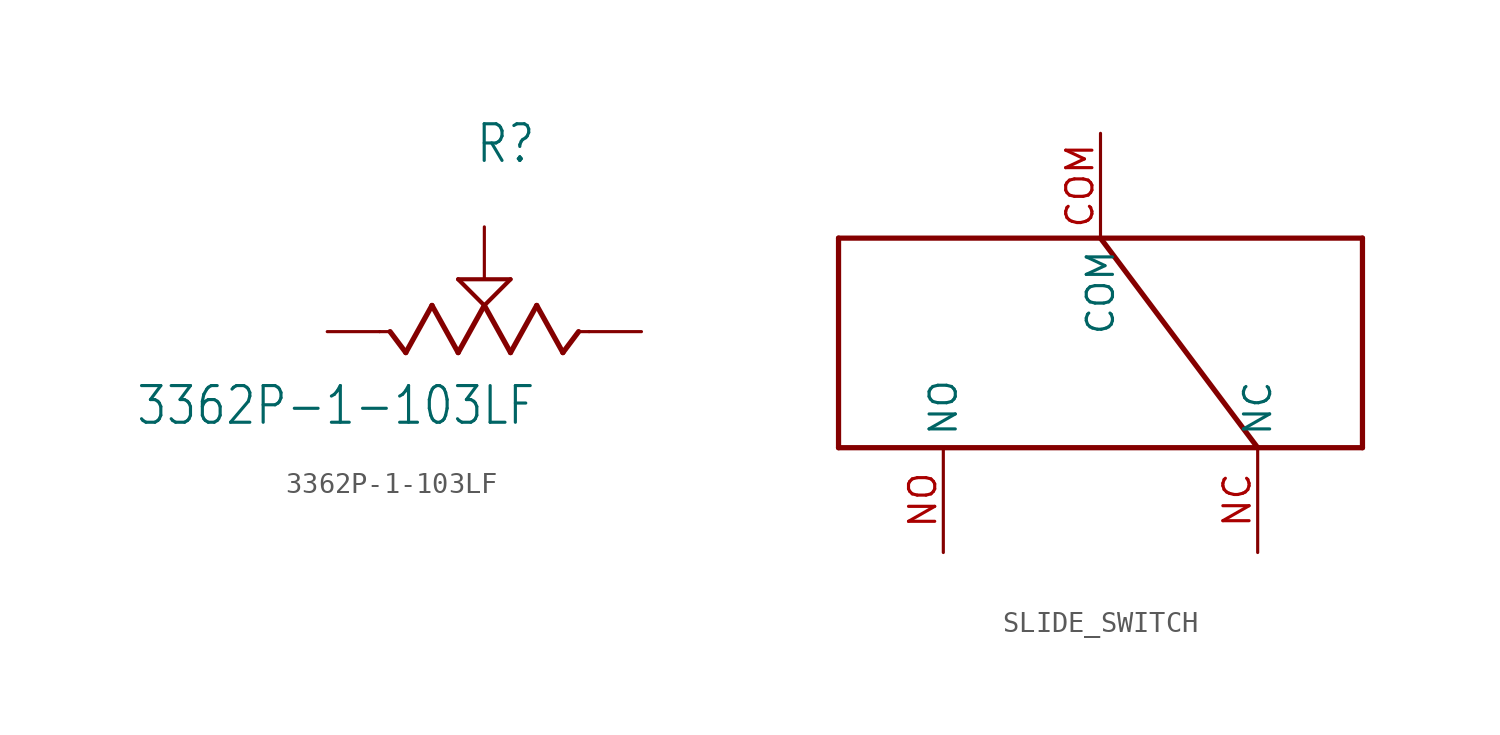
<source format=kicad_sym>
(kicad_symbol_lib
  (version 20211014)
  (generator kicad_symbol_editor)
  (symbol "3362P-1-103LF"
    (property "Reference" "R"
      (at 2.54 10.16 0)
      (effects (font (size 1.778 1.511)) (justify right top)))
    (property "Value" "3362P-1-103LF"
      (at 2.54 -2.54 0)
      (effects (font (size 1.778 1.511)) (justify right top)))
    (property "ki_locked" ""
      (at 0 0 0)
      (effects (font (size 1.27 1.27))))
    (symbol "3362P-1-103LF_1_0"
      (polyline (pts (xy -4.572 0) (xy -5.08 0)) (stroke (width 0.152) (type default) (color 0 0 0 0)) (fill (type none)))
      (polyline (pts (xy -3.81 -1.016) (xy -4.572 0)) (stroke (width 0.254) (type default) (color 0 0 0 0)) (fill (type none)))
      (polyline (pts (xy -2.54 1.27) (xy -3.81 -1.016)) (stroke (width 0.254) (type default) (color 0 0 0 0)) (fill (type none)))
      (polyline (pts (xy -1.27 -1.016) (xy -2.54 1.27)) (stroke (width 0.254) (type default) (color 0 0 0 0)) (fill (type none)))
      (polyline (pts (xy -1.27 2.54) (xy 1.27 2.54)) (stroke (width 0.203) (type default) (color 0 0 0 0)) (fill (type none)))
      (polyline (pts (xy 0 1.27) (xy -1.27 -1.016)) (stroke (width 0.254) (type default) (color 0 0 0 0)) (fill (type none)))
      (polyline (pts (xy 0 1.27) (xy -1.27 2.54)) (stroke (width 0.203) (type default) (color 0 0 0 0)) (fill (type none)))
      (polyline (pts (xy 1.27 -1.016) (xy 0 1.27)) (stroke (width 0.254) (type default) (color 0 0 0 0)) (fill (type none)))
      (polyline (pts (xy 1.27 2.54) (xy 0 1.27)) (stroke (width 0.203) (type default) (color 0 0 0 0)) (fill (type none)))
      (polyline (pts (xy 2.54 1.27) (xy 1.27 -1.016)) (stroke (width 0.254) (type default) (color 0 0 0 0)) (fill (type none)))
      (polyline (pts (xy 3.81 -1.016) (xy 2.54 1.27)) (stroke (width 0.254) (type default) (color 0 0 0 0)) (fill (type none)))
      (polyline (pts (xy 4.572 0) (xy 3.81 -1.016)) (stroke (width 0.254) (type default) (color 0 0 0 0)) (fill (type none)))
      (polyline (pts (xy 5.08 0) (xy 4.572 0)) (stroke (width 0.152) (type default) (color 0 0 0 0)) (fill (type none)))
      (pin passive line (at -7.62 0 0) (length 2.54) (name "1" (effects (font (size 0 0)))) (number "1" (effects (font (size 0 0)))))
      (pin passive line (at 0 5.08 270) (length 2.54) (name "2" (effects (font (size 0 0)))) (number "2" (effects (font (size 0 0)))))
      (pin passive line (at 7.62 0 180) (length 2.54) (name "3" (effects (font (size 0 0)))) (number "3" (effects (font (size 0 0)))))))
  (symbol "SLIDE_SWITCH"
    (property "Reference" ""
      (at 0 0 0)
      (effects (font (size 1.27 1.27)) hide))
    (property "ki_locked" ""
      (at 0 0 0)
      (effects (font (size 1.27 1.27))))
    (symbol "SLIDE_SWITCH_1_0"
      (polyline (pts (xy -12.7 -2.54) (xy -12.7 7.62)) (stroke (width 0.254) (type default) (color 0 0 0 0)) (fill (type none)))
      (polyline (pts (xy -12.7 -2.54) (xy 7.62 -2.54)) (stroke (width 0.254) (type default) (color 0 0 0 0)) (fill (type none)))
      (polyline (pts (xy -12.7 7.62) (xy 0 7.62)) (stroke (width 0.254) (type default) (color 0 0 0 0)) (fill (type none)))
      (polyline (pts (xy 0 7.62) (xy 7.62 -2.54)) (stroke (width 0.254) (type default) (color 0 0 0 0)) (fill (type none)))
      (polyline (pts (xy 0 7.62) (xy 12.7 7.62)) (stroke (width 0.254) (type default) (color 0 0 0 0)) (fill (type none)))
      (polyline (pts (xy 7.62 -2.54) (xy 12.7 -2.54)) (stroke (width 0.254) (type default) (color 0 0 0 0)) (fill (type none)))
      (polyline (pts (xy 12.7 7.62) (xy 12.7 -2.54)) (stroke (width 0.254) (type default) (color 0 0 0 0)) (fill (type none)))
      (pin bidirectional line (at 0 12.7 270) (length 5.08) (name "COM" (effects (font (size 1.27 1.27)))) (number "COM" (effects (font (size 1.27 1.27)))))
      (pin bidirectional line (at 7.62 -7.62 90) (length 5.08) (name "NC" (effects (font (size 1.27 1.27)))) (number "NC" (effects (font (size 1.27 1.27)))))
      (pin bidirectional line (at -7.62 -7.62 90) (length 5.08) (name "NO" (effects (font (size 1.27 1.27)))) (number "NO" (effects (font (size 1.27 1.27))))))))
</source>
